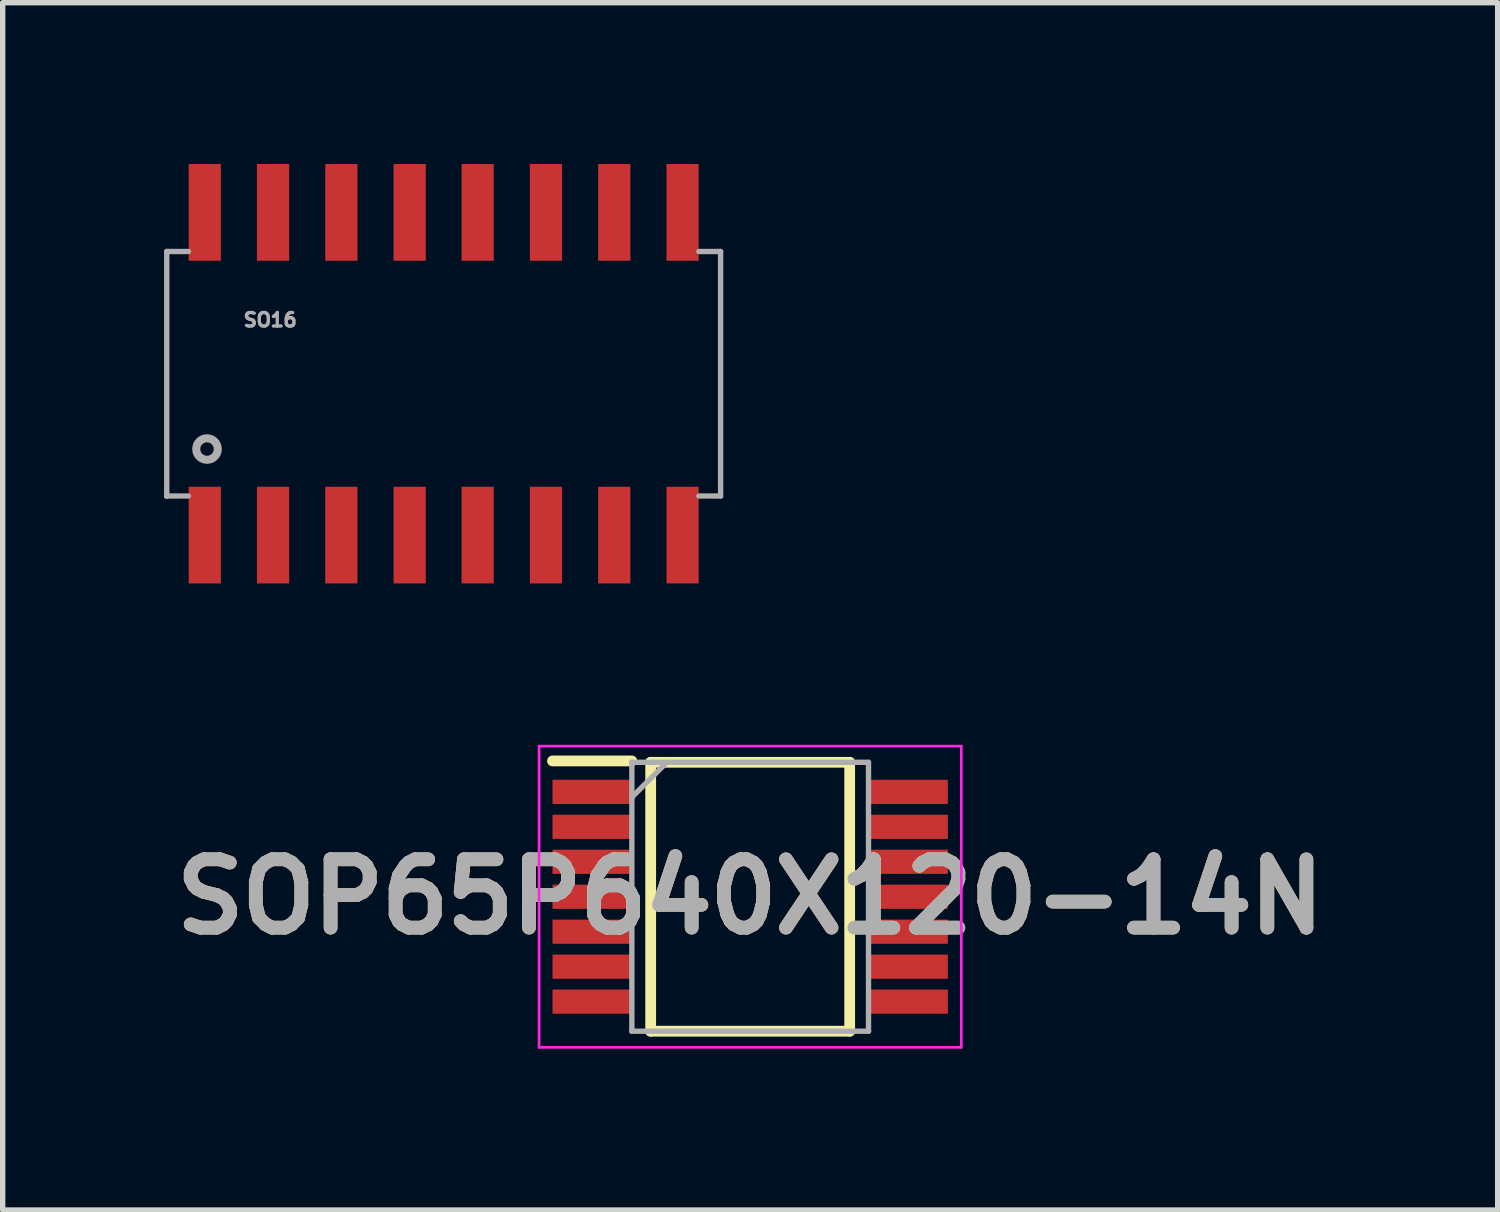
<source format=kicad_pcb>
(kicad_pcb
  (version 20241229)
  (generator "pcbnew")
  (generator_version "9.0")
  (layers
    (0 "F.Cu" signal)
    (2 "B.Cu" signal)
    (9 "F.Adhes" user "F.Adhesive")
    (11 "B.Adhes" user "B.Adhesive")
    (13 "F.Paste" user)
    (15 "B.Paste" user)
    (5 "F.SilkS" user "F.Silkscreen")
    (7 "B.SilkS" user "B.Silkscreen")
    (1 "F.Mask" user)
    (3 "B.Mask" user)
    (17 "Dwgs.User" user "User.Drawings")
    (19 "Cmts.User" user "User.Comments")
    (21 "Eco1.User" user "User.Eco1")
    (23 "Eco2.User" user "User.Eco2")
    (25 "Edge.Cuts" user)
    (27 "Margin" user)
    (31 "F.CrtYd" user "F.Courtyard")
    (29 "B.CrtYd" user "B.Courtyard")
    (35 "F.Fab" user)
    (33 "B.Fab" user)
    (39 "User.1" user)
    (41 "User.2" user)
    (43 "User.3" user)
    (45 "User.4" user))
  (footprint "SOP65P640X120-14N"
    (layer "F.Cu")
    (at 10.898 13.623)
    (property "Reference" "SOP65P640X120-14N" (at 0 0 0) (layer "F.SilkS") (effects (font (size 1.27 1.27) (thickness 0.254))))
    (attr smd)
    (fp_line (start -3.675 -2.525) (end -2.2 -2.525) (stroke (width 0.2) (type solid)) (layer "F.SilkS"))
    (fp_line (start -1.85 -2.5) (end 1.85 -2.5) (stroke (width 0.2) (type solid)) (layer "F.SilkS"))
    (fp_line (start -1.85 2.5) (end -1.85 -2.5) (stroke (width 0.2) (type solid)) (layer "F.SilkS"))
    (fp_line (start 1.85 -2.5) (end 1.85 2.5) (stroke (width 0.2) (type solid)) (layer "F.SilkS"))
    (fp_line (start 1.85 2.5) (end -1.85 2.5) (stroke (width 0.2) (type solid)) (layer "F.SilkS"))
    (fp_line (start -3.925 -2.8) (end 3.925 -2.8) (stroke (width 0.05) (type solid)) (layer "F.CrtYd"))
    (fp_line (start -3.925 2.8) (end -3.925 -2.8) (stroke (width 0.05) (type solid)) (layer "F.CrtYd"))
    (fp_line (start 3.925 -2.8) (end 3.925 2.8) (stroke (width 0.05) (type solid)) (layer "F.CrtYd"))
    (fp_line (start 3.925 2.8) (end -3.925 2.8) (stroke (width 0.05) (type solid)) (layer "F.CrtYd"))
    (fp_line (start -2.2 -2.5) (end 2.2 -2.5) (stroke (width 0.1) (type solid)) (layer "F.Fab"))
    (fp_line (start -2.2 -1.85) (end -1.55 -2.5) (stroke (width 0.1) (type solid)) (layer "F.Fab"))
    (fp_line (start -2.2 2.5) (end -2.2 -2.5) (stroke (width 0.1) (type solid)) (layer "F.Fab"))
    (fp_line (start 2.2 -2.5) (end 2.2 2.5) (stroke (width 0.1) (type solid)) (layer "F.Fab"))
    (fp_line (start 2.2 2.5) (end -2.2 2.5) (stroke (width 0.1) (type solid)) (layer "F.Fab"))
    (fp_text user "${REFERENCE}" (at 0 0 0) (layer "F.Fab") (effects (font (size 1.27 1.27) (thickness 0.254))))
    (pad "1" smd rect (at -2.938 -1.95 90) (size 0.45 1.475) (layers "F.Cu" "F.Mask" "F.Paste"))
    (pad "2" smd rect (at -2.938 -1.3 90) (size 0.45 1.475) (layers "F.Cu" "F.Mask" "F.Paste"))
    (pad "3" smd rect (at -2.938 -0.65 90) (size 0.45 1.475) (layers "F.Cu" "F.Mask" "F.Paste"))
    (pad "4" smd rect (at -2.938 0 90) (size 0.45 1.475) (layers "F.Cu" "F.Mask" "F.Paste"))
    (pad "5" smd rect (at -2.938 0.65 90) (size 0.45 1.475) (layers "F.Cu" "F.Mask" "F.Paste"))
    (pad "6" smd rect (at -2.938 1.3 90) (size 0.45 1.475) (layers "F.Cu" "F.Mask" "F.Paste"))
    (pad "7" smd rect (at -2.938 1.95 90) (size 0.45 1.475) (layers "F.Cu" "F.Mask" "F.Paste"))
    (pad "8" smd rect (at 2.938 1.95 90) (size 0.45 1.475) (layers "F.Cu" "F.Mask" "F.Paste"))
    (pad "9" smd rect (at 2.938 1.3 90) (size 0.45 1.475) (layers "F.Cu" "F.Mask" "F.Paste"))
    (pad "10" smd rect (at 2.938 0.65 90) (size 0.45 1.475) (layers "F.Cu" "F.Mask" "F.Paste"))
    (pad "11" smd rect (at 2.938 0 90) (size 0.45 1.475) (layers "F.Cu" "F.Mask" "F.Paste"))
    (pad "12" smd rect (at 2.938 -0.65 90) (size 0.45 1.475) (layers "F.Cu" "F.Mask" "F.Paste"))
    (pad "13" smd rect (at 2.938 -1.3 90) (size 0.45 1.475) (layers "F.Cu" "F.Mask" "F.Paste"))
    (pad "14" smd rect (at 2.938 -1.95 90) (size 0.45 1.475) (layers "F.Cu" "F.Mask" "F.Paste")))
  (footprint "SO16"
    (layer "F.Cu")
    (at 5.199 3.899)
    (property "Reference" "SO16" (at -3.225 -1 0) (layer "F.Fab") (effects (font (size 0.25 0.25) (thickness 0.062))))
    (attr through_hole)
    (fp_line (start -5.149 -2.273) (end -5.149 2.273) (stroke (width 0.1) (type solid)) (layer "F.Fab"))
    (fp_line (start -5.149 -2.273) (end -4.745 -2.273) (stroke (width 0.1) (type solid)) (layer "F.Fab"))
    (fp_line (start -5.149 2.273) (end -5.149 2.273) (stroke (width 0.1) (type solid)) (layer "F.Fab"))
    (fp_line (start -5.149 2.273) (end -5.149 2.273) (stroke (width 0.1) (type solid)) (layer "F.Fab"))
    (fp_line (start -5.149 2.273) (end -4.745 2.273) (stroke (width 0.1) (type solid)) (layer "F.Fab"))
    (fp_line (start 4.745 -2.273) (end 5.149 -2.273) (stroke (width 0.1) (type solid)) (layer "F.Fab"))
    (fp_line (start 4.745 2.273) (end 5.149 2.273) (stroke (width 0.1) (type solid)) (layer "F.Fab"))
    (fp_line (start 5.149 -2.273) (end 5.149 2.273) (stroke (width 0.1) (type solid)) (layer "F.Fab"))
    (fp_circle (center -4.4 1.4) (end -4.4 1.6) (stroke (width 0.15) (type solid)) (fill no) (layer "F.Fab"))
    (pad "1" smd rect (at -4.442 3 180) (size 0.599 1.798) (layers "F.Cu" "F.Mask" "F.Paste"))
    (pad "2" smd rect (at -3.172 3 180) (size 0.599 1.798) (layers "F.Cu" "F.Mask" "F.Paste"))
    (pad "3" smd rect (at -1.902 3 180) (size 0.599 1.798) (layers "F.Cu" "F.Mask" "F.Paste"))
    (pad "4" smd rect (at -0.632 3 180) (size 0.599 1.798) (layers "F.Cu" "F.Mask" "F.Paste"))
    (pad "5" smd rect (at 0.632 3 180) (size 0.599 1.798) (layers "F.Cu" "F.Mask" "F.Paste"))
    (pad "6" smd rect (at 1.902 3 180) (size 0.599 1.798) (layers "F.Cu" "F.Mask" "F.Paste"))
    (pad "7" smd rect (at 3.172 3 180) (size 0.599 1.798) (layers "F.Cu" "F.Mask" "F.Paste"))
    (pad "8" smd rect (at 4.442 3 180) (size 0.599 1.798) (layers "F.Cu" "F.Mask" "F.Paste"))
    (pad "9" smd rect (at 4.442 -3) (size 0.599 1.798) (layers "F.Cu" "F.Mask" "F.Paste"))
    (pad "10" smd rect (at 3.172 -3) (size 0.599 1.798) (layers "F.Cu" "F.Mask" "F.Paste"))
    (pad "11" smd rect (at 1.902 -3) (size 0.599 1.798) (layers "F.Cu" "F.Mask" "F.Paste"))
    (pad "12" smd rect (at 0.632 -3) (size 0.599 1.798) (layers "F.Cu" "F.Mask" "F.Paste"))
    (pad "13" smd rect (at -0.632 -3) (size 0.599 1.798) (layers "F.Cu" "F.Mask" "F.Paste"))
    (pad "14" smd rect (at -1.902 -3) (size 0.599 1.798) (layers "F.Cu" "F.Mask" "F.Paste"))
    (pad "15" smd rect (at -3.172 -3) (size 0.599 1.798) (layers "F.Cu" "F.Mask" "F.Paste"))
    (pad "16" smd rect (at -4.442 -3) (size 0.599 1.798) (layers "F.Cu" "F.Mask" "F.Paste")))
  (gr_rect
    (start -3 -3)
    (end 24.796 19.448)
    (stroke (width 0.1) (type default))
    (fill no)
    (layer "Edge.Cuts")))
</source>
